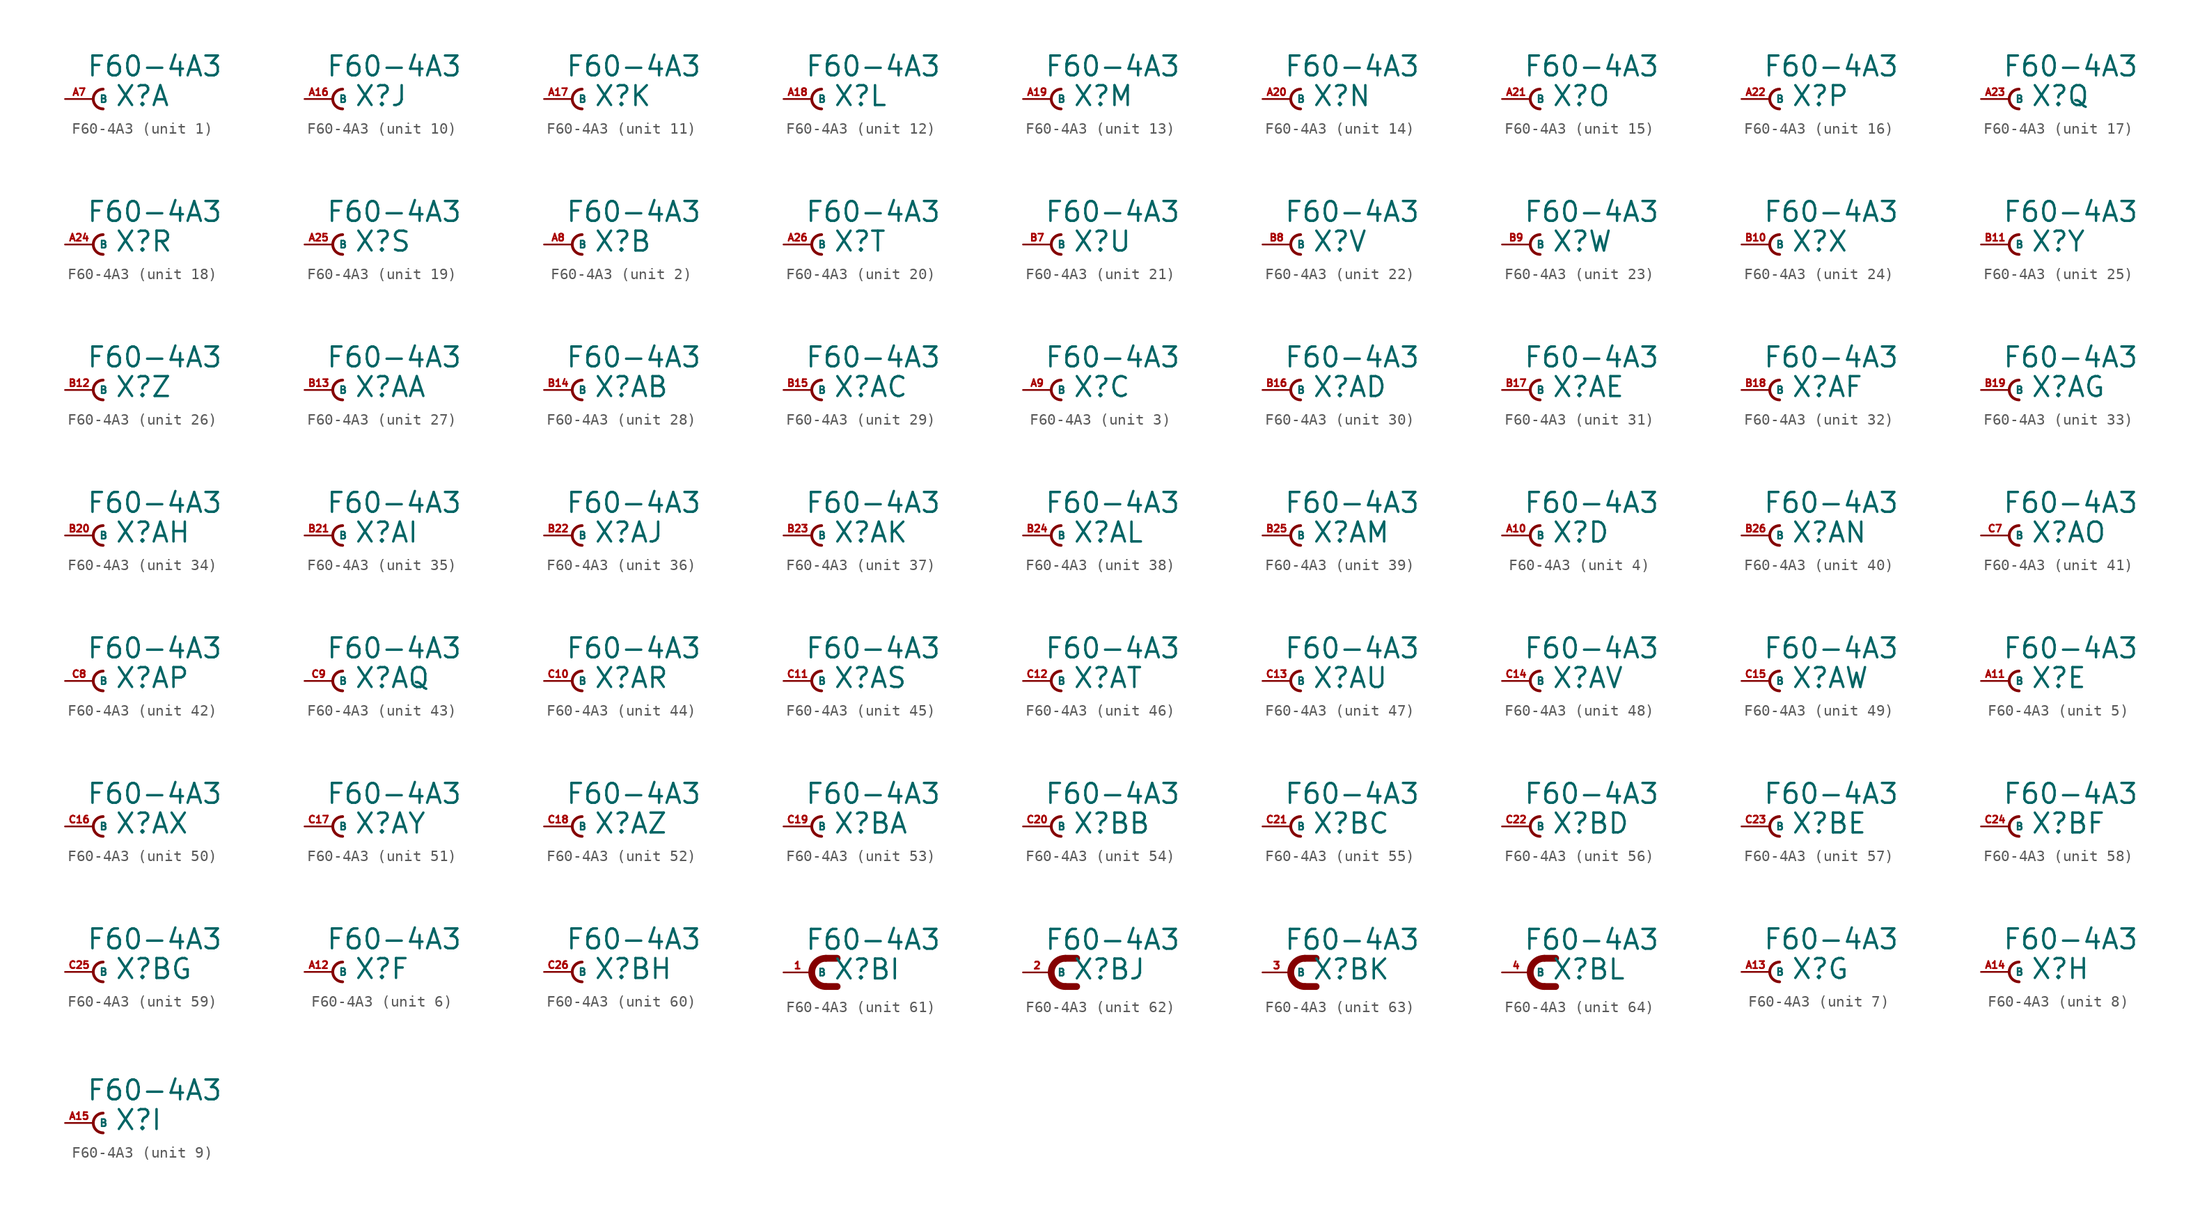
<source format=kicad_sym>
(kicad_symbol_lib
  (version 20220914)
  (generator Eagle2Kicad)
  (symbol "F60-4A3"
    (property "Reference" "X"
      (at 1.905 -0.762 0)
      (effects (font (size 1.778 1.778) (thickness 0.22)) (justify left bottom)))
    (property "Value" "F60-4A3"
      (at -0.635 1.905 0)
      (effects (font (size 1.778 1.778) (thickness 0.22)) (justify left bottom)))
    (symbol "F60-4A3_1_0"
      (arc (start 0.889 0.889) (mid 0.000 0.000) (end 0.889 -0.889) (stroke (width 0.254) (type default)) (fill (type none)))
      (pin passive line (at -2.54 0 0) (length 2.54) (name "B" (effects (font (size 0.635 0.635) (thickness 0.08)) (justify left bottom))) (number "A7" (effects (font (size 0.635 0.635) (thickness 0.08)) (justify left bottom)))))
    (symbol "F60-4A3_2_0"
      (arc (start 0.889 0.889) (mid 0.000 0.000) (end 0.889 -0.889) (stroke (width 0.254) (type default)) (fill (type none)))
      (pin passive line (at -2.54 0 0) (length 2.54) (name "B" (effects (font (size 0.635 0.635) (thickness 0.08)) (justify left bottom))) (number "A8" (effects (font (size 0.635 0.635) (thickness 0.08)) (justify left bottom)))))
    (symbol "F60-4A3_3_0"
      (arc (start 0.889 0.889) (mid 0.000 0.000) (end 0.889 -0.889) (stroke (width 0.254) (type default)) (fill (type none)))
      (pin passive line (at -2.54 0 0) (length 2.54) (name "B" (effects (font (size 0.635 0.635) (thickness 0.08)) (justify left bottom))) (number "A9" (effects (font (size 0.635 0.635) (thickness 0.08)) (justify left bottom)))))
    (symbol "F60-4A3_4_0"
      (arc (start 0.889 0.889) (mid 0.000 0.000) (end 0.889 -0.889) (stroke (width 0.254) (type default)) (fill (type none)))
      (pin passive line (at -2.54 0 0) (length 2.54) (name "B" (effects (font (size 0.635 0.635) (thickness 0.08)) (justify left bottom))) (number "A10" (effects (font (size 0.635 0.635) (thickness 0.08)) (justify left bottom)))))
    (symbol "F60-4A3_5_0"
      (arc (start 0.889 0.889) (mid 0.000 0.000) (end 0.889 -0.889) (stroke (width 0.254) (type default)) (fill (type none)))
      (pin passive line (at -2.54 0 0) (length 2.54) (name "B" (effects (font (size 0.635 0.635) (thickness 0.08)) (justify left bottom))) (number "A11" (effects (font (size 0.635 0.635) (thickness 0.08)) (justify left bottom)))))
    (symbol "F60-4A3_6_0"
      (arc (start 0.889 0.889) (mid 0.000 0.000) (end 0.889 -0.889) (stroke (width 0.254) (type default)) (fill (type none)))
      (pin passive line (at -2.54 0 0) (length 2.54) (name "B" (effects (font (size 0.635 0.635) (thickness 0.08)) (justify left bottom))) (number "A12" (effects (font (size 0.635 0.635) (thickness 0.08)) (justify left bottom)))))
    (symbol "F60-4A3_7_0"
      (arc (start 0.889 0.889) (mid 0.000 0.000) (end 0.889 -0.889) (stroke (width 0.254) (type default)) (fill (type none)))
      (pin passive line (at -2.54 0 0) (length 2.54) (name "B" (effects (font (size 0.635 0.635) (thickness 0.08)) (justify left bottom))) (number "A13" (effects (font (size 0.635 0.635) (thickness 0.08)) (justify left bottom)))))
    (symbol "F60-4A3_8_0"
      (arc (start 0.889 0.889) (mid 0.000 0.000) (end 0.889 -0.889) (stroke (width 0.254) (type default)) (fill (type none)))
      (pin passive line (at -2.54 0 0) (length 2.54) (name "B" (effects (font (size 0.635 0.635) (thickness 0.08)) (justify left bottom))) (number "A14" (effects (font (size 0.635 0.635) (thickness 0.08)) (justify left bottom)))))
    (symbol "F60-4A3_9_0"
      (arc (start 0.889 0.889) (mid 0.000 0.000) (end 0.889 -0.889) (stroke (width 0.254) (type default)) (fill (type none)))
      (pin passive line (at -2.54 0 0) (length 2.54) (name "B" (effects (font (size 0.635 0.635) (thickness 0.08)) (justify left bottom))) (number "A15" (effects (font (size 0.635 0.635) (thickness 0.08)) (justify left bottom)))))
    (symbol "F60-4A3_10_0"
      (arc (start 0.889 0.889) (mid 0.000 0.000) (end 0.889 -0.889) (stroke (width 0.254) (type default)) (fill (type none)))
      (pin passive line (at -2.54 0 0) (length 2.54) (name "B" (effects (font (size 0.635 0.635) (thickness 0.08)) (justify left bottom))) (number "A16" (effects (font (size 0.635 0.635) (thickness 0.08)) (justify left bottom)))))
    (symbol "F60-4A3_11_0"
      (arc (start 0.889 0.889) (mid 0.000 0.000) (end 0.889 -0.889) (stroke (width 0.254) (type default)) (fill (type none)))
      (pin passive line (at -2.54 0 0) (length 2.54) (name "B" (effects (font (size 0.635 0.635) (thickness 0.08)) (justify left bottom))) (number "A17" (effects (font (size 0.635 0.635) (thickness 0.08)) (justify left bottom)))))
    (symbol "F60-4A3_12_0"
      (arc (start 0.889 0.889) (mid 0.000 0.000) (end 0.889 -0.889) (stroke (width 0.254) (type default)) (fill (type none)))
      (pin passive line (at -2.54 0 0) (length 2.54) (name "B" (effects (font (size 0.635 0.635) (thickness 0.08)) (justify left bottom))) (number "A18" (effects (font (size 0.635 0.635) (thickness 0.08)) (justify left bottom)))))
    (symbol "F60-4A3_13_0"
      (arc (start 0.889 0.889) (mid 0.000 0.000) (end 0.889 -0.889) (stroke (width 0.254) (type default)) (fill (type none)))
      (pin passive line (at -2.54 0 0) (length 2.54) (name "B" (effects (font (size 0.635 0.635) (thickness 0.08)) (justify left bottom))) (number "A19" (effects (font (size 0.635 0.635) (thickness 0.08)) (justify left bottom)))))
    (symbol "F60-4A3_14_0"
      (arc (start 0.889 0.889) (mid 0.000 0.000) (end 0.889 -0.889) (stroke (width 0.254) (type default)) (fill (type none)))
      (pin passive line (at -2.54 0 0) (length 2.54) (name "B" (effects (font (size 0.635 0.635) (thickness 0.08)) (justify left bottom))) (number "A20" (effects (font (size 0.635 0.635) (thickness 0.08)) (justify left bottom)))))
    (symbol "F60-4A3_15_0"
      (arc (start 0.889 0.889) (mid 0.000 0.000) (end 0.889 -0.889) (stroke (width 0.254) (type default)) (fill (type none)))
      (pin passive line (at -2.54 0 0) (length 2.54) (name "B" (effects (font (size 0.635 0.635) (thickness 0.08)) (justify left bottom))) (number "A21" (effects (font (size 0.635 0.635) (thickness 0.08)) (justify left bottom)))))
    (symbol "F60-4A3_16_0"
      (arc (start 0.889 0.889) (mid 0.000 0.000) (end 0.889 -0.889) (stroke (width 0.254) (type default)) (fill (type none)))
      (pin passive line (at -2.54 0 0) (length 2.54) (name "B" (effects (font (size 0.635 0.635) (thickness 0.08)) (justify left bottom))) (number "A22" (effects (font (size 0.635 0.635) (thickness 0.08)) (justify left bottom)))))
    (symbol "F60-4A3_17_0"
      (arc (start 0.889 0.889) (mid 0.000 0.000) (end 0.889 -0.889) (stroke (width 0.254) (type default)) (fill (type none)))
      (pin passive line (at -2.54 0 0) (length 2.54) (name "B" (effects (font (size 0.635 0.635) (thickness 0.08)) (justify left bottom))) (number "A23" (effects (font (size 0.635 0.635) (thickness 0.08)) (justify left bottom)))))
    (symbol "F60-4A3_18_0"
      (arc (start 0.889 0.889) (mid 0.000 0.000) (end 0.889 -0.889) (stroke (width 0.254) (type default)) (fill (type none)))
      (pin passive line (at -2.54 0 0) (length 2.54) (name "B" (effects (font (size 0.635 0.635) (thickness 0.08)) (justify left bottom))) (number "A24" (effects (font (size 0.635 0.635) (thickness 0.08)) (justify left bottom)))))
    (symbol "F60-4A3_19_0"
      (arc (start 0.889 0.889) (mid 0.000 0.000) (end 0.889 -0.889) (stroke (width 0.254) (type default)) (fill (type none)))
      (pin passive line (at -2.54 0 0) (length 2.54) (name "B" (effects (font (size 0.635 0.635) (thickness 0.08)) (justify left bottom))) (number "A25" (effects (font (size 0.635 0.635) (thickness 0.08)) (justify left bottom)))))
    (symbol "F60-4A3_20_0"
      (arc (start 0.889 0.889) (mid 0.000 0.000) (end 0.889 -0.889) (stroke (width 0.254) (type default)) (fill (type none)))
      (pin passive line (at -2.54 0 0) (length 2.54) (name "B" (effects (font (size 0.635 0.635) (thickness 0.08)) (justify left bottom))) (number "A26" (effects (font (size 0.635 0.635) (thickness 0.08)) (justify left bottom)))))
    (symbol "F60-4A3_21_0"
      (arc (start 0.889 0.889) (mid 0.000 0.000) (end 0.889 -0.889) (stroke (width 0.254) (type default)) (fill (type none)))
      (pin passive line (at -2.54 0 0) (length 2.54) (name "B" (effects (font (size 0.635 0.635) (thickness 0.08)) (justify left bottom))) (number "B7" (effects (font (size 0.635 0.635) (thickness 0.08)) (justify left bottom)))))
    (symbol "F60-4A3_22_0"
      (arc (start 0.889 0.889) (mid 0.000 0.000) (end 0.889 -0.889) (stroke (width 0.254) (type default)) (fill (type none)))
      (pin passive line (at -2.54 0 0) (length 2.54) (name "B" (effects (font (size 0.635 0.635) (thickness 0.08)) (justify left bottom))) (number "B8" (effects (font (size 0.635 0.635) (thickness 0.08)) (justify left bottom)))))
    (symbol "F60-4A3_23_0"
      (arc (start 0.889 0.889) (mid 0.000 0.000) (end 0.889 -0.889) (stroke (width 0.254) (type default)) (fill (type none)))
      (pin passive line (at -2.54 0 0) (length 2.54) (name "B" (effects (font (size 0.635 0.635) (thickness 0.08)) (justify left bottom))) (number "B9" (effects (font (size 0.635 0.635) (thickness 0.08)) (justify left bottom)))))
    (symbol "F60-4A3_24_0"
      (arc (start 0.889 0.889) (mid 0.000 0.000) (end 0.889 -0.889) (stroke (width 0.254) (type default)) (fill (type none)))
      (pin passive line (at -2.54 0 0) (length 2.54) (name "B" (effects (font (size 0.635 0.635) (thickness 0.08)) (justify left bottom))) (number "B10" (effects (font (size 0.635 0.635) (thickness 0.08)) (justify left bottom)))))
    (symbol "F60-4A3_25_0"
      (arc (start 0.889 0.889) (mid 0.000 0.000) (end 0.889 -0.889) (stroke (width 0.254) (type default)) (fill (type none)))
      (pin passive line (at -2.54 0 0) (length 2.54) (name "B" (effects (font (size 0.635 0.635) (thickness 0.08)) (justify left bottom))) (number "B11" (effects (font (size 0.635 0.635) (thickness 0.08)) (justify left bottom)))))
    (symbol "F60-4A3_26_0"
      (arc (start 0.889 0.889) (mid 0.000 0.000) (end 0.889 -0.889) (stroke (width 0.254) (type default)) (fill (type none)))
      (pin passive line (at -2.54 0 0) (length 2.54) (name "B" (effects (font (size 0.635 0.635) (thickness 0.08)) (justify left bottom))) (number "B12" (effects (font (size 0.635 0.635) (thickness 0.08)) (justify left bottom)))))
    (symbol "F60-4A3_27_0"
      (arc (start 0.889 0.889) (mid 0.000 0.000) (end 0.889 -0.889) (stroke (width 0.254) (type default)) (fill (type none)))
      (pin passive line (at -2.54 0 0) (length 2.54) (name "B" (effects (font (size 0.635 0.635) (thickness 0.08)) (justify left bottom))) (number "B13" (effects (font (size 0.635 0.635) (thickness 0.08)) (justify left bottom)))))
    (symbol "F60-4A3_28_0"
      (arc (start 0.889 0.889) (mid 0.000 0.000) (end 0.889 -0.889) (stroke (width 0.254) (type default)) (fill (type none)))
      (pin passive line (at -2.54 0 0) (length 2.54) (name "B" (effects (font (size 0.635 0.635) (thickness 0.08)) (justify left bottom))) (number "B14" (effects (font (size 0.635 0.635) (thickness 0.08)) (justify left bottom)))))
    (symbol "F60-4A3_29_0"
      (arc (start 0.889 0.889) (mid 0.000 0.000) (end 0.889 -0.889) (stroke (width 0.254) (type default)) (fill (type none)))
      (pin passive line (at -2.54 0 0) (length 2.54) (name "B" (effects (font (size 0.635 0.635) (thickness 0.08)) (justify left bottom))) (number "B15" (effects (font (size 0.635 0.635) (thickness 0.08)) (justify left bottom)))))
    (symbol "F60-4A3_30_0"
      (arc (start 0.889 0.889) (mid 0.000 0.000) (end 0.889 -0.889) (stroke (width 0.254) (type default)) (fill (type none)))
      (pin passive line (at -2.54 0 0) (length 2.54) (name "B" (effects (font (size 0.635 0.635) (thickness 0.08)) (justify left bottom))) (number "B16" (effects (font (size 0.635 0.635) (thickness 0.08)) (justify left bottom)))))
    (symbol "F60-4A3_31_0"
      (arc (start 0.889 0.889) (mid 0.000 0.000) (end 0.889 -0.889) (stroke (width 0.254) (type default)) (fill (type none)))
      (pin passive line (at -2.54 0 0) (length 2.54) (name "B" (effects (font (size 0.635 0.635) (thickness 0.08)) (justify left bottom))) (number "B17" (effects (font (size 0.635 0.635) (thickness 0.08)) (justify left bottom)))))
    (symbol "F60-4A3_32_0"
      (arc (start 0.889 0.889) (mid 0.000 0.000) (end 0.889 -0.889) (stroke (width 0.254) (type default)) (fill (type none)))
      (pin passive line (at -2.54 0 0) (length 2.54) (name "B" (effects (font (size 0.635 0.635) (thickness 0.08)) (justify left bottom))) (number "B18" (effects (font (size 0.635 0.635) (thickness 0.08)) (justify left bottom)))))
    (symbol "F60-4A3_33_0"
      (arc (start 0.889 0.889) (mid 0.000 0.000) (end 0.889 -0.889) (stroke (width 0.254) (type default)) (fill (type none)))
      (pin passive line (at -2.54 0 0) (length 2.54) (name "B" (effects (font (size 0.635 0.635) (thickness 0.08)) (justify left bottom))) (number "B19" (effects (font (size 0.635 0.635) (thickness 0.08)) (justify left bottom)))))
    (symbol "F60-4A3_34_0"
      (arc (start 0.889 0.889) (mid 0.000 0.000) (end 0.889 -0.889) (stroke (width 0.254) (type default)) (fill (type none)))
      (pin passive line (at -2.54 0 0) (length 2.54) (name "B" (effects (font (size 0.635 0.635) (thickness 0.08)) (justify left bottom))) (number "B20" (effects (font (size 0.635 0.635) (thickness 0.08)) (justify left bottom)))))
    (symbol "F60-4A3_35_0"
      (arc (start 0.889 0.889) (mid 0.000 0.000) (end 0.889 -0.889) (stroke (width 0.254) (type default)) (fill (type none)))
      (pin passive line (at -2.54 0 0) (length 2.54) (name "B" (effects (font (size 0.635 0.635) (thickness 0.08)) (justify left bottom))) (number "B21" (effects (font (size 0.635 0.635) (thickness 0.08)) (justify left bottom)))))
    (symbol "F60-4A3_36_0"
      (arc (start 0.889 0.889) (mid 0.000 0.000) (end 0.889 -0.889) (stroke (width 0.254) (type default)) (fill (type none)))
      (pin passive line (at -2.54 0 0) (length 2.54) (name "B" (effects (font (size 0.635 0.635) (thickness 0.08)) (justify left bottom))) (number "B22" (effects (font (size 0.635 0.635) (thickness 0.08)) (justify left bottom)))))
    (symbol "F60-4A3_37_0"
      (arc (start 0.889 0.889) (mid 0.000 0.000) (end 0.889 -0.889) (stroke (width 0.254) (type default)) (fill (type none)))
      (pin passive line (at -2.54 0 0) (length 2.54) (name "B" (effects (font (size 0.635 0.635) (thickness 0.08)) (justify left bottom))) (number "B23" (effects (font (size 0.635 0.635) (thickness 0.08)) (justify left bottom)))))
    (symbol "F60-4A3_38_0"
      (arc (start 0.889 0.889) (mid 0.000 0.000) (end 0.889 -0.889) (stroke (width 0.254) (type default)) (fill (type none)))
      (pin passive line (at -2.54 0 0) (length 2.54) (name "B" (effects (font (size 0.635 0.635) (thickness 0.08)) (justify left bottom))) (number "B24" (effects (font (size 0.635 0.635) (thickness 0.08)) (justify left bottom)))))
    (symbol "F60-4A3_39_0"
      (arc (start 0.889 0.889) (mid 0.000 0.000) (end 0.889 -0.889) (stroke (width 0.254) (type default)) (fill (type none)))
      (pin passive line (at -2.54 0 0) (length 2.54) (name "B" (effects (font (size 0.635 0.635) (thickness 0.08)) (justify left bottom))) (number "B25" (effects (font (size 0.635 0.635) (thickness 0.08)) (justify left bottom)))))
    (symbol "F60-4A3_40_0"
      (arc (start 0.889 0.889) (mid 0.000 0.000) (end 0.889 -0.889) (stroke (width 0.254) (type default)) (fill (type none)))
      (pin passive line (at -2.54 0 0) (length 2.54) (name "B" (effects (font (size 0.635 0.635) (thickness 0.08)) (justify left bottom))) (number "B26" (effects (font (size 0.635 0.635) (thickness 0.08)) (justify left bottom)))))
    (symbol "F60-4A3_41_0"
      (arc (start 0.889 0.889) (mid 0.000 0.000) (end 0.889 -0.889) (stroke (width 0.254) (type default)) (fill (type none)))
      (pin passive line (at -2.54 0 0) (length 2.54) (name "B" (effects (font (size 0.635 0.635) (thickness 0.08)) (justify left bottom))) (number "C7" (effects (font (size 0.635 0.635) (thickness 0.08)) (justify left bottom)))))
    (symbol "F60-4A3_42_0"
      (arc (start 0.889 0.889) (mid 0.000 0.000) (end 0.889 -0.889) (stroke (width 0.254) (type default)) (fill (type none)))
      (pin passive line (at -2.54 0 0) (length 2.54) (name "B" (effects (font (size 0.635 0.635) (thickness 0.08)) (justify left bottom))) (number "C8" (effects (font (size 0.635 0.635) (thickness 0.08)) (justify left bottom)))))
    (symbol "F60-4A3_43_0"
      (arc (start 0.889 0.889) (mid 0.000 0.000) (end 0.889 -0.889) (stroke (width 0.254) (type default)) (fill (type none)))
      (pin passive line (at -2.54 0 0) (length 2.54) (name "B" (effects (font (size 0.635 0.635) (thickness 0.08)) (justify left bottom))) (number "C9" (effects (font (size 0.635 0.635) (thickness 0.08)) (justify left bottom)))))
    (symbol "F60-4A3_44_0"
      (arc (start 0.889 0.889) (mid 0.000 0.000) (end 0.889 -0.889) (stroke (width 0.254) (type default)) (fill (type none)))
      (pin passive line (at -2.54 0 0) (length 2.54) (name "B" (effects (font (size 0.635 0.635) (thickness 0.08)) (justify left bottom))) (number "C10" (effects (font (size 0.635 0.635) (thickness 0.08)) (justify left bottom)))))
    (symbol "F60-4A3_45_0"
      (arc (start 0.889 0.889) (mid 0.000 0.000) (end 0.889 -0.889) (stroke (width 0.254) (type default)) (fill (type none)))
      (pin passive line (at -2.54 0 0) (length 2.54) (name "B" (effects (font (size 0.635 0.635) (thickness 0.08)) (justify left bottom))) (number "C11" (effects (font (size 0.635 0.635) (thickness 0.08)) (justify left bottom)))))
    (symbol "F60-4A3_46_0"
      (arc (start 0.889 0.889) (mid 0.000 0.000) (end 0.889 -0.889) (stroke (width 0.254) (type default)) (fill (type none)))
      (pin passive line (at -2.54 0 0) (length 2.54) (name "B" (effects (font (size 0.635 0.635) (thickness 0.08)) (justify left bottom))) (number "C12" (effects (font (size 0.635 0.635) (thickness 0.08)) (justify left bottom)))))
    (symbol "F60-4A3_47_0"
      (arc (start 0.889 0.889) (mid 0.000 0.000) (end 0.889 -0.889) (stroke (width 0.254) (type default)) (fill (type none)))
      (pin passive line (at -2.54 0 0) (length 2.54) (name "B" (effects (font (size 0.635 0.635) (thickness 0.08)) (justify left bottom))) (number "C13" (effects (font (size 0.635 0.635) (thickness 0.08)) (justify left bottom)))))
    (symbol "F60-4A3_48_0"
      (arc (start 0.889 0.889) (mid 0.000 0.000) (end 0.889 -0.889) (stroke (width 0.254) (type default)) (fill (type none)))
      (pin passive line (at -2.54 0 0) (length 2.54) (name "B" (effects (font (size 0.635 0.635) (thickness 0.08)) (justify left bottom))) (number "C14" (effects (font (size 0.635 0.635) (thickness 0.08)) (justify left bottom)))))
    (symbol "F60-4A3_49_0"
      (arc (start 0.889 0.889) (mid 0.000 0.000) (end 0.889 -0.889) (stroke (width 0.254) (type default)) (fill (type none)))
      (pin passive line (at -2.54 0 0) (length 2.54) (name "B" (effects (font (size 0.635 0.635) (thickness 0.08)) (justify left bottom))) (number "C15" (effects (font (size 0.635 0.635) (thickness 0.08)) (justify left bottom)))))
    (symbol "F60-4A3_50_0"
      (arc (start 0.889 0.889) (mid 0.000 0.000) (end 0.889 -0.889) (stroke (width 0.254) (type default)) (fill (type none)))
      (pin passive line (at -2.54 0 0) (length 2.54) (name "B" (effects (font (size 0.635 0.635) (thickness 0.08)) (justify left bottom))) (number "C16" (effects (font (size 0.635 0.635) (thickness 0.08)) (justify left bottom)))))
    (symbol "F60-4A3_51_0"
      (arc (start 0.889 0.889) (mid 0.000 0.000) (end 0.889 -0.889) (stroke (width 0.254) (type default)) (fill (type none)))
      (pin passive line (at -2.54 0 0) (length 2.54) (name "B" (effects (font (size 0.635 0.635) (thickness 0.08)) (justify left bottom))) (number "C17" (effects (font (size 0.635 0.635) (thickness 0.08)) (justify left bottom)))))
    (symbol "F60-4A3_52_0"
      (arc (start 0.889 0.889) (mid 0.000 0.000) (end 0.889 -0.889) (stroke (width 0.254) (type default)) (fill (type none)))
      (pin passive line (at -2.54 0 0) (length 2.54) (name "B" (effects (font (size 0.635 0.635) (thickness 0.08)) (justify left bottom))) (number "C18" (effects (font (size 0.635 0.635) (thickness 0.08)) (justify left bottom)))))
    (symbol "F60-4A3_53_0"
      (arc (start 0.889 0.889) (mid 0.000 0.000) (end 0.889 -0.889) (stroke (width 0.254) (type default)) (fill (type none)))
      (pin passive line (at -2.54 0 0) (length 2.54) (name "B" (effects (font (size 0.635 0.635) (thickness 0.08)) (justify left bottom))) (number "C19" (effects (font (size 0.635 0.635) (thickness 0.08)) (justify left bottom)))))
    (symbol "F60-4A3_54_0"
      (arc (start 0.889 0.889) (mid 0.000 0.000) (end 0.889 -0.889) (stroke (width 0.254) (type default)) (fill (type none)))
      (pin passive line (at -2.54 0 0) (length 2.54) (name "B" (effects (font (size 0.635 0.635) (thickness 0.08)) (justify left bottom))) (number "C20" (effects (font (size 0.635 0.635) (thickness 0.08)) (justify left bottom)))))
    (symbol "F60-4A3_55_0"
      (arc (start 0.889 0.889) (mid 0.000 0.000) (end 0.889 -0.889) (stroke (width 0.254) (type default)) (fill (type none)))
      (pin passive line (at -2.54 0 0) (length 2.54) (name "B" (effects (font (size 0.635 0.635) (thickness 0.08)) (justify left bottom))) (number "C21" (effects (font (size 0.635 0.635) (thickness 0.08)) (justify left bottom)))))
    (symbol "F60-4A3_56_0"
      (arc (start 0.889 0.889) (mid 0.000 0.000) (end 0.889 -0.889) (stroke (width 0.254) (type default)) (fill (type none)))
      (pin passive line (at -2.54 0 0) (length 2.54) (name "B" (effects (font (size 0.635 0.635) (thickness 0.08)) (justify left bottom))) (number "C22" (effects (font (size 0.635 0.635) (thickness 0.08)) (justify left bottom)))))
    (symbol "F60-4A3_57_0"
      (arc (start 0.889 0.889) (mid 0.000 0.000) (end 0.889 -0.889) (stroke (width 0.254) (type default)) (fill (type none)))
      (pin passive line (at -2.54 0 0) (length 2.54) (name "B" (effects (font (size 0.635 0.635) (thickness 0.08)) (justify left bottom))) (number "C23" (effects (font (size 0.635 0.635) (thickness 0.08)) (justify left bottom)))))
    (symbol "F60-4A3_58_0"
      (arc (start 0.889 0.889) (mid 0.000 0.000) (end 0.889 -0.889) (stroke (width 0.254) (type default)) (fill (type none)))
      (pin passive line (at -2.54 0 0) (length 2.54) (name "B" (effects (font (size 0.635 0.635) (thickness 0.08)) (justify left bottom))) (number "C24" (effects (font (size 0.635 0.635) (thickness 0.08)) (justify left bottom)))))
    (symbol "F60-4A3_59_0"
      (arc (start 0.889 0.889) (mid 0.000 0.000) (end 0.889 -0.889) (stroke (width 0.254) (type default)) (fill (type none)))
      (pin passive line (at -2.54 0 0) (length 2.54) (name "B" (effects (font (size 0.635 0.635) (thickness 0.08)) (justify left bottom))) (number "C25" (effects (font (size 0.635 0.635) (thickness 0.08)) (justify left bottom)))))
    (symbol "F60-4A3_60_0"
      (arc (start 0.889 0.889) (mid 0.000 0.000) (end 0.889 -0.889) (stroke (width 0.254) (type default)) (fill (type none)))
      (pin passive line (at -2.54 0 0) (length 2.54) (name "B" (effects (font (size 0.635 0.635) (thickness 0.08)) (justify left bottom))) (number "C26" (effects (font (size 0.635 0.635) (thickness 0.08)) (justify left bottom)))))
    (symbol "F60-4A3_61_0"
      (arc (start 1.27 1.27) (mid 0.000 0.000) (end 1.27 -1.27) (stroke (width 0.6096) (type default)) (fill (type none)))
      (polyline (pts (xy 1.27 1.27) (xy 2.286 1.27)) (stroke (width 0.61) (type default)) (fill (type none)))
      (polyline (pts (xy 1.27 -1.27) (xy 2.286 -1.27)) (stroke (width 0.61) (type default)) (fill (type none)))
      (pin passive line (at -2.54 0 0) (length 2.54) (name "B" (effects (font (size 0.635 0.635) (thickness 0.08)) (justify left bottom))) (number "1" (effects (font (size 0.635 0.635) (thickness 0.08)) (justify left bottom)))))
    (symbol "F60-4A3_62_0"
      (arc (start 1.27 1.27) (mid 0.000 0.000) (end 1.27 -1.27) (stroke (width 0.6096) (type default)) (fill (type none)))
      (polyline (pts (xy 1.27 1.27) (xy 2.286 1.27)) (stroke (width 0.61) (type default)) (fill (type none)))
      (polyline (pts (xy 1.27 -1.27) (xy 2.286 -1.27)) (stroke (width 0.61) (type default)) (fill (type none)))
      (pin passive line (at -2.54 0 0) (length 2.54) (name "B" (effects (font (size 0.635 0.635) (thickness 0.08)) (justify left bottom))) (number "2" (effects (font (size 0.635 0.635) (thickness 0.08)) (justify left bottom)))))
    (symbol "F60-4A3_63_0"
      (arc (start 1.27 1.27) (mid 0.000 0.000) (end 1.27 -1.27) (stroke (width 0.6096) (type default)) (fill (type none)))
      (polyline (pts (xy 1.27 1.27) (xy 2.286 1.27)) (stroke (width 0.61) (type default)) (fill (type none)))
      (polyline (pts (xy 1.27 -1.27) (xy 2.286 -1.27)) (stroke (width 0.61) (type default)) (fill (type none)))
      (pin passive line (at -2.54 0 0) (length 2.54) (name "B" (effects (font (size 0.635 0.635) (thickness 0.08)) (justify left bottom))) (number "3" (effects (font (size 0.635 0.635) (thickness 0.08)) (justify left bottom)))))
    (symbol "F60-4A3_64_0"
      (arc (start 1.27 1.27) (mid 0.000 0.000) (end 1.27 -1.27) (stroke (width 0.6096) (type default)) (fill (type none)))
      (polyline (pts (xy 1.27 1.27) (xy 2.286 1.27)) (stroke (width 0.61) (type default)) (fill (type none)))
      (polyline (pts (xy 1.27 -1.27) (xy 2.286 -1.27)) (stroke (width 0.61) (type default)) (fill (type none)))
      (pin passive line (at -2.54 0 0) (length 2.54) (name "B" (effects (font (size 0.635 0.635) (thickness 0.08)) (justify left bottom))) (number "4" (effects (font (size 0.635 0.635) (thickness 0.08)) (justify left bottom)))))))
</source>
